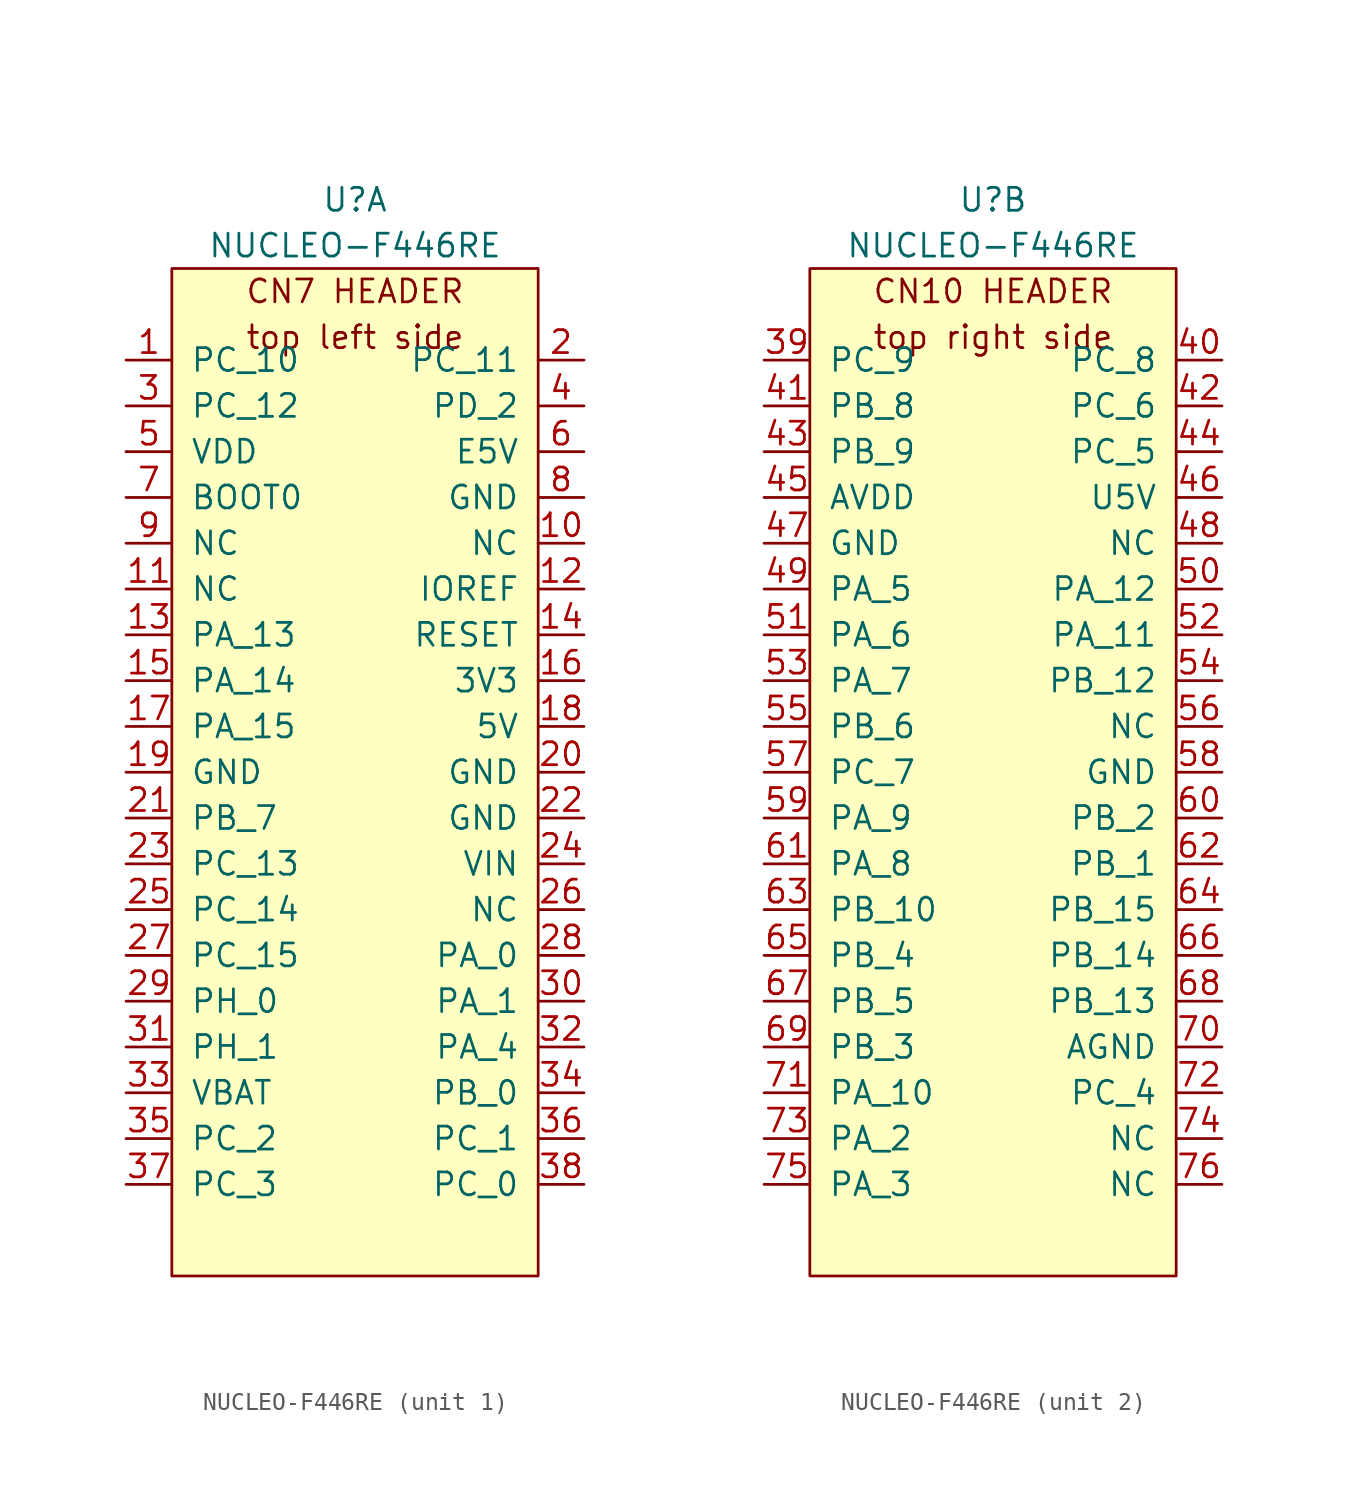
<source format=kicad_sym>
(kicad_symbol_lib
  (version 20241209)
  (generator "kicad_symbol_editor")
  (generator_version "9.0")
  (symbol "NUCLEO-F446RE"
    (pin_names
      (offset 1.016))
    (property "Reference" "U"
      (at 0 21.59 0)
      (effects (font (size 1.27 1.27))))
    (property "Value" "NUCLEO-F446RE"
      (at 0 19.05 0)
      (effects (font (size 1.27 1.27))))
    (symbol "NUCLEO-F446RE_0_1"
      (rectangle (start -10.16 17.78) (end 10.16 -38.1) (stroke (width 0) (type default)) (fill (type background))))
    (symbol "NUCLEO-F446RE_1_0"
      (text "CN7 HEADER" (at 0 16.51 0) (effects (font (size 1.27 1.27))))
      (text "top left side" (at 0 13.97 0) (effects (font (size 1.27 1.27)))))
    (symbol "NUCLEO-F446RE_1_1"
      (pin input line (at -12.7 12.7 0) (length 2.54) (name "PC_10" (effects (font (size 1.27 1.27)))) (number "1" (effects (font (size 1.27 1.27)))))
      (pin input line (at -12.7 10.16 0) (length 2.54) (name "PC_12" (effects (font (size 1.27 1.27)))) (number "3" (effects (font (size 1.27 1.27)))))
      (pin input line (at -12.7 7.62 0) (length 2.54) (name "VDD" (effects (font (size 1.27 1.27)))) (number "5" (effects (font (size 1.27 1.27)))))
      (pin input line (at -12.7 5.08 0) (length 2.54) (name "BOOT0" (effects (font (size 1.27 1.27)))) (number "7" (effects (font (size 1.27 1.27)))))
      (pin input line (at -12.7 2.54 0) (length 2.54) (name "NC" (effects (font (size 1.27 1.27)))) (number "9" (effects (font (size 1.27 1.27)))))
      (pin input line (at -12.7 0 0) (length 2.54) (name "NC" (effects (font (size 1.27 1.27)))) (number "11" (effects (font (size 1.27 1.27)))))
      (pin input line (at -12.7 -2.54 0) (length 2.54) (name "PA_13" (effects (font (size 1.27 1.27)))) (number "13" (effects (font (size 1.27 1.27)))))
      (pin input line (at -12.7 -5.08 0) (length 2.54) (name "PA_14" (effects (font (size 1.27 1.27)))) (number "15" (effects (font (size 1.27 1.27)))))
      (pin input line (at -12.7 -7.62 0) (length 2.54) (name "PA_15" (effects (font (size 1.27 1.27)))) (number "17" (effects (font (size 1.27 1.27)))))
      (pin input line (at -12.7 -10.16 0) (length 2.54) (name "GND" (effects (font (size 1.27 1.27)))) (number "19" (effects (font (size 1.27 1.27)))))
      (pin input line (at -12.7 -12.7 0) (length 2.54) (name "PB_7" (effects (font (size 1.27 1.27)))) (number "21" (effects (font (size 1.27 1.27)))))
      (pin input line (at -12.7 -15.24 0) (length 2.54) (name "PC_13" (effects (font (size 1.27 1.27)))) (number "23" (effects (font (size 1.27 1.27)))))
      (pin input line (at -12.7 -17.78 0) (length 2.54) (name "PC_14" (effects (font (size 1.27 1.27)))) (number "25" (effects (font (size 1.27 1.27)))))
      (pin input line (at -12.7 -20.32 0) (length 2.54) (name "PC_15" (effects (font (size 1.27 1.27)))) (number "27" (effects (font (size 1.27 1.27)))))
      (pin input line (at -12.7 -22.86 0) (length 2.54) (name "PH_0" (effects (font (size 1.27 1.27)))) (number "29" (effects (font (size 1.27 1.27)))))
      (pin input line (at -12.7 -25.4 0) (length 2.54) (name "PH_1" (effects (font (size 1.27 1.27)))) (number "31" (effects (font (size 1.27 1.27)))))
      (pin input line (at -12.7 -27.94 0) (length 2.54) (name "VBAT" (effects (font (size 1.27 1.27)))) (number "33" (effects (font (size 1.27 1.27)))))
      (pin input line (at -12.7 -30.48 0) (length 2.54) (name "PC_2" (effects (font (size 1.27 1.27)))) (number "35" (effects (font (size 1.27 1.27)))))
      (pin input line (at -12.7 -33.02 0) (length 2.54) (name "PC_3" (effects (font (size 1.27 1.27)))) (number "37" (effects (font (size 1.27 1.27)))))
      (pin input line (at 12.7 12.7 180) (length 2.54) (name "PC_11" (effects (font (size 1.27 1.27)))) (number "2" (effects (font (size 1.27 1.27)))))
      (pin input line (at 12.7 10.16 180) (length 2.54) (name "PD_2" (effects (font (size 1.27 1.27)))) (number "4" (effects (font (size 1.27 1.27)))))
      (pin input line (at 12.7 7.62 180) (length 2.54) (name "E5V" (effects (font (size 1.27 1.27)))) (number "6" (effects (font (size 1.27 1.27)))))
      (pin input line (at 12.7 5.08 180) (length 2.54) (name "GND" (effects (font (size 1.27 1.27)))) (number "8" (effects (font (size 1.27 1.27)))))
      (pin input line (at 12.7 2.54 180) (length 2.54) (name "NC" (effects (font (size 1.27 1.27)))) (number "10" (effects (font (size 1.27 1.27)))))
      (pin input line (at 12.7 0 180) (length 2.54) (name "IOREF" (effects (font (size 1.27 1.27)))) (number "12" (effects (font (size 1.27 1.27)))))
      (pin input line (at 12.7 -2.54 180) (length 2.54) (name "RESET" (effects (font (size 1.27 1.27)))) (number "14" (effects (font (size 1.27 1.27)))))
      (pin input line (at 12.7 -5.08 180) (length 2.54) (name "3V3" (effects (font (size 1.27 1.27)))) (number "16" (effects (font (size 1.27 1.27)))))
      (pin input line (at 12.7 -7.62 180) (length 2.54) (name "5V" (effects (font (size 1.27 1.27)))) (number "18" (effects (font (size 1.27 1.27)))))
      (pin input line (at 12.7 -10.16 180) (length 2.54) (name "GND" (effects (font (size 1.27 1.27)))) (number "20" (effects (font (size 1.27 1.27)))))
      (pin input line (at 12.7 -12.7 180) (length 2.54) (name "GND" (effects (font (size 1.27 1.27)))) (number "22" (effects (font (size 1.27 1.27)))))
      (pin input line (at 12.7 -15.24 180) (length 2.54) (name "VIN" (effects (font (size 1.27 1.27)))) (number "24" (effects (font (size 1.27 1.27)))))
      (pin input line (at 12.7 -17.78 180) (length 2.54) (name "NC" (effects (font (size 1.27 1.27)))) (number "26" (effects (font (size 1.27 1.27)))))
      (pin input line (at 12.7 -20.32 180) (length 2.54) (name "PA_0" (effects (font (size 1.27 1.27)))) (number "28" (effects (font (size 1.27 1.27)))))
      (pin input line (at 12.7 -22.86 180) (length 2.54) (name "PA_1" (effects (font (size 1.27 1.27)))) (number "30" (effects (font (size 1.27 1.27)))))
      (pin input line (at 12.7 -25.4 180) (length 2.54) (name "PA_4" (effects (font (size 1.27 1.27)))) (number "32" (effects (font (size 1.27 1.27)))))
      (pin input line (at 12.7 -27.94 180) (length 2.54) (name "PB_0" (effects (font (size 1.27 1.27)))) (number "34" (effects (font (size 1.27 1.27)))))
      (pin input line (at 12.7 -30.48 180) (length 2.54) (name "PC_1" (effects (font (size 1.27 1.27)))) (number "36" (effects (font (size 1.27 1.27)))))
      (pin input line (at 12.7 -33.02 180) (length 2.54) (name "PC_0" (effects (font (size 1.27 1.27)))) (number "38" (effects (font (size 1.27 1.27))))))
    (symbol "NUCLEO-F446RE_2_0"
      (text "CN10 HEADER" (at 0 16.51 0) (effects (font (size 1.27 1.27))))
      (text "top right side" (at 0 13.97 0) (effects (font (size 1.27 1.27)))))
    (symbol "NUCLEO-F446RE_2_1"
      (pin input line (at -12.7 12.7 0) (length 2.54) (name "PC_9" (effects (font (size 1.27 1.27)))) (number "39" (effects (font (size 1.27 1.27)))))
      (pin input line (at -12.7 10.16 0) (length 2.54) (name "PB_8" (effects (font (size 1.27 1.27)))) (number "41" (effects (font (size 1.27 1.27)))))
      (pin input line (at -12.7 7.62 0) (length 2.54) (name "PB_9" (effects (font (size 1.27 1.27)))) (number "43" (effects (font (size 1.27 1.27)))))
      (pin input line (at -12.7 5.08 0) (length 2.54) (name "AVDD" (effects (font (size 1.27 1.27)))) (number "45" (effects (font (size 1.27 1.27)))))
      (pin input line (at -12.7 2.54 0) (length 2.54) (name "GND" (effects (font (size 1.27 1.27)))) (number "47" (effects (font (size 1.27 1.27)))))
      (pin input line (at -12.7 0 0) (length 2.54) (name "PA_5" (effects (font (size 1.27 1.27)))) (number "49" (effects (font (size 1.27 1.27)))))
      (pin input line (at -12.7 -2.54 0) (length 2.54) (name "PA_6" (effects (font (size 1.27 1.27)))) (number "51" (effects (font (size 1.27 1.27)))))
      (pin input line (at -12.7 -5.08 0) (length 2.54) (name "PA_7" (effects (font (size 1.27 1.27)))) (number "53" (effects (font (size 1.27 1.27)))))
      (pin input line (at -12.7 -7.62 0) (length 2.54) (name "PB_6" (effects (font (size 1.27 1.27)))) (number "55" (effects (font (size 1.27 1.27)))))
      (pin input line (at -12.7 -10.16 0) (length 2.54) (name "PC_7" (effects (font (size 1.27 1.27)))) (number "57" (effects (font (size 1.27 1.27)))))
      (pin input line (at -12.7 -12.7 0) (length 2.54) (name "PA_9" (effects (font (size 1.27 1.27)))) (number "59" (effects (font (size 1.27 1.27)))))
      (pin input line (at -12.7 -15.24 0) (length 2.54) (name "PA_8" (effects (font (size 1.27 1.27)))) (number "61" (effects (font (size 1.27 1.27)))))
      (pin input line (at -12.7 -17.78 0) (length 2.54) (name "PB_10" (effects (font (size 1.27 1.27)))) (number "63" (effects (font (size 1.27 1.27)))))
      (pin input line (at -12.7 -20.32 0) (length 2.54) (name "PB_4" (effects (font (size 1.27 1.27)))) (number "65" (effects (font (size 1.27 1.27)))))
      (pin input line (at -12.7 -22.86 0) (length 2.54) (name "PB_5" (effects (font (size 1.27 1.27)))) (number "67" (effects (font (size 1.27 1.27)))))
      (pin input line (at -12.7 -25.4 0) (length 2.54) (name "PB_3" (effects (font (size 1.27 1.27)))) (number "69" (effects (font (size 1.27 1.27)))))
      (pin input line (at -12.7 -27.94 0) (length 2.54) (name "PA_10" (effects (font (size 1.27 1.27)))) (number "71" (effects (font (size 1.27 1.27)))))
      (pin input line (at -12.7 -30.48 0) (length 2.54) (name "PA_2" (effects (font (size 1.27 1.27)))) (number "73" (effects (font (size 1.27 1.27)))))
      (pin input line (at -12.7 -33.02 0) (length 2.54) (name "PA_3" (effects (font (size 1.27 1.27)))) (number "75" (effects (font (size 1.27 1.27)))))
      (pin input line (at 12.7 12.7 180) (length 2.54) (name "PC_8" (effects (font (size 1.27 1.27)))) (number "40" (effects (font (size 1.27 1.27)))))
      (pin input line (at 12.7 10.16 180) (length 2.54) (name "PC_6" (effects (font (size 1.27 1.27)))) (number "42" (effects (font (size 1.27 1.27)))))
      (pin input line (at 12.7 7.62 180) (length 2.54) (name "PC_5" (effects (font (size 1.27 1.27)))) (number "44" (effects (font (size 1.27 1.27)))))
      (pin input line (at 12.7 5.08 180) (length 2.54) (name "U5V" (effects (font (size 1.27 1.27)))) (number "46" (effects (font (size 1.27 1.27)))))
      (pin input line (at 12.7 2.54 180) (length 2.54) (name "NC" (effects (font (size 1.27 1.27)))) (number "48" (effects (font (size 1.27 1.27)))))
      (pin input line (at 12.7 0 180) (length 2.54) (name "PA_12" (effects (font (size 1.27 1.27)))) (number "50" (effects (font (size 1.27 1.27)))))
      (pin input line (at 12.7 -2.54 180) (length 2.54) (name "PA_11" (effects (font (size 1.27 1.27)))) (number "52" (effects (font (size 1.27 1.27)))))
      (pin input line (at 12.7 -5.08 180) (length 2.54) (name "PB_12" (effects (font (size 1.27 1.27)))) (number "54" (effects (font (size 1.27 1.27)))))
      (pin input line (at 12.7 -7.62 180) (length 2.54) (name "NC" (effects (font (size 1.27 1.27)))) (number "56" (effects (font (size 1.27 1.27)))))
      (pin input line (at 12.7 -10.16 180) (length 2.54) (name "GND" (effects (font (size 1.27 1.27)))) (number "58" (effects (font (size 1.27 1.27)))))
      (pin input line (at 12.7 -12.7 180) (length 2.54) (name "PB_2" (effects (font (size 1.27 1.27)))) (number "60" (effects (font (size 1.27 1.27)))))
      (pin input line (at 12.7 -15.24 180) (length 2.54) (name "PB_1" (effects (font (size 1.27 1.27)))) (number "62" (effects (font (size 1.27 1.27)))))
      (pin input line (at 12.7 -17.78 180) (length 2.54) (name "PB_15" (effects (font (size 1.27 1.27)))) (number "64" (effects (font (size 1.27 1.27)))))
      (pin input line (at 12.7 -20.32 180) (length 2.54) (name "PB_14" (effects (font (size 1.27 1.27)))) (number "66" (effects (font (size 1.27 1.27)))))
      (pin input line (at 12.7 -22.86 180) (length 2.54) (name "PB_13" (effects (font (size 1.27 1.27)))) (number "68" (effects (font (size 1.27 1.27)))))
      (pin input line (at 12.7 -25.4 180) (length 2.54) (name "AGND" (effects (font (size 1.27 1.27)))) (number "70" (effects (font (size 1.27 1.27)))))
      (pin input line (at 12.7 -27.94 180) (length 2.54) (name "PC_4" (effects (font (size 1.27 1.27)))) (number "72" (effects (font (size 1.27 1.27)))))
      (pin input line (at 12.7 -30.48 180) (length 2.54) (name "NC" (effects (font (size 1.27 1.27)))) (number "74" (effects (font (size 1.27 1.27)))))
      (pin input line (at 12.7 -33.02 180) (length 2.54) (name "NC" (effects (font (size 1.27 1.27)))) (number "76" (effects (font (size 1.27 1.27))))))))
</source>
